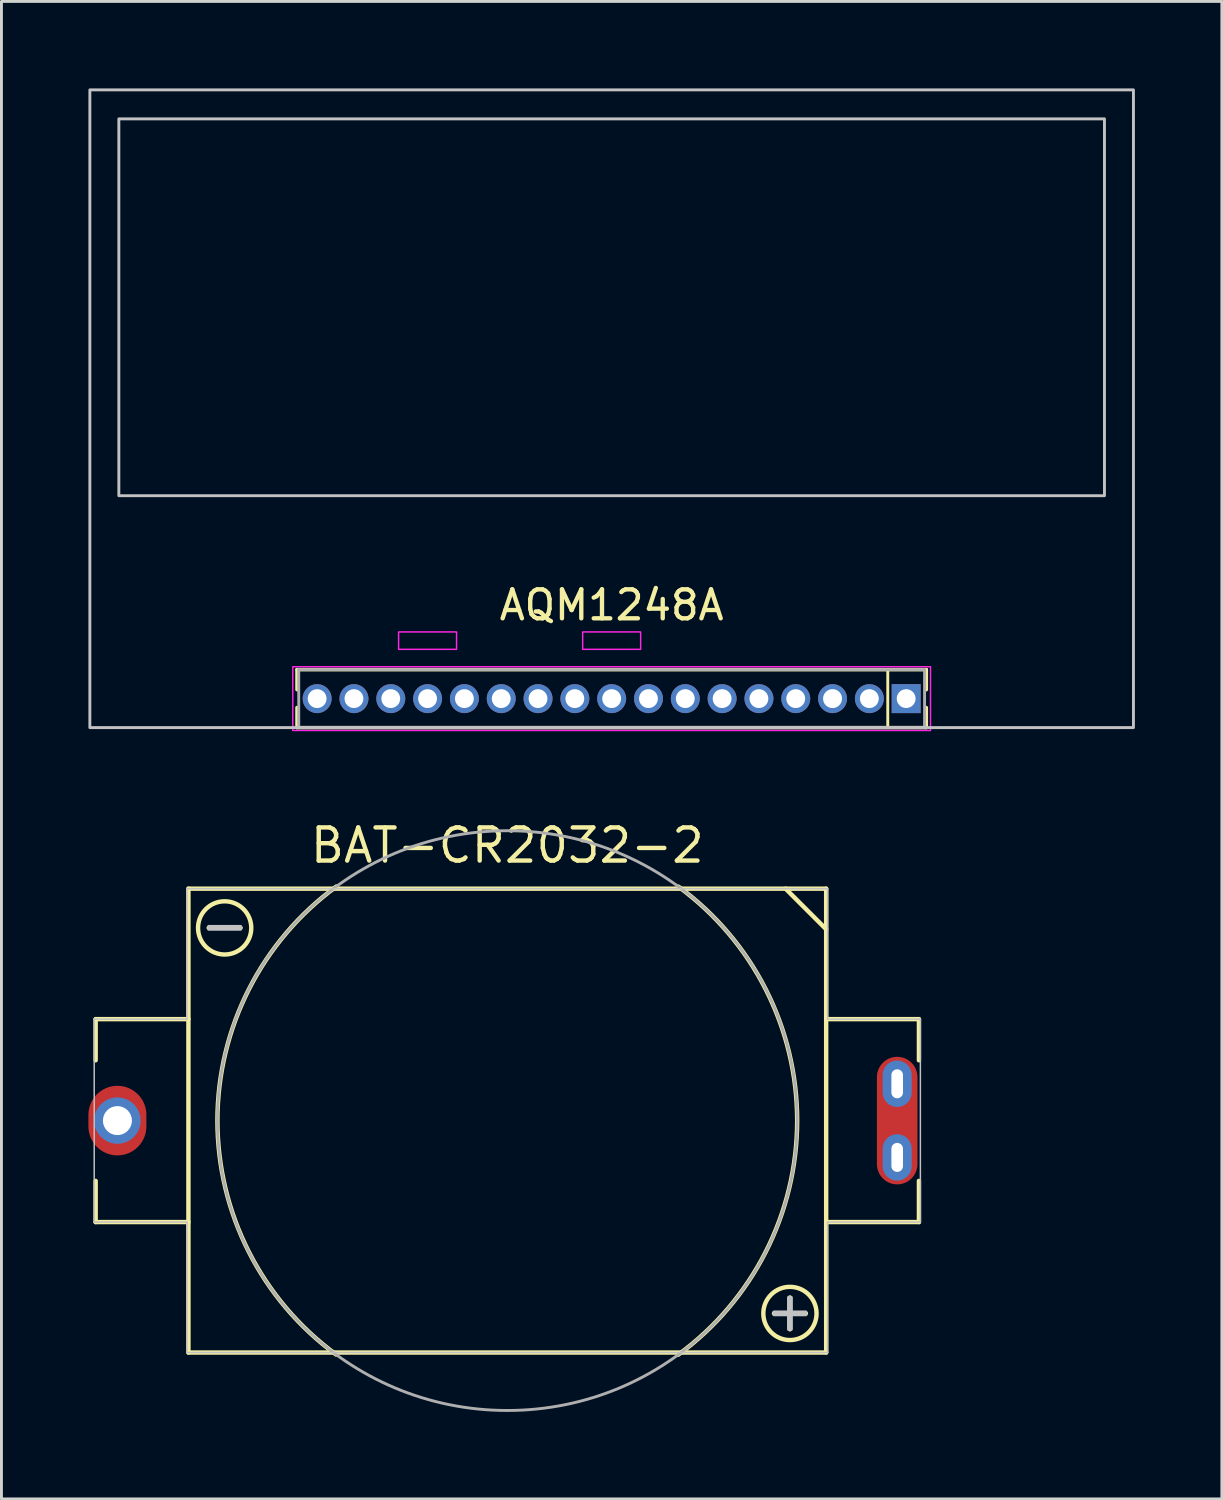
<source format=kicad_pcb>
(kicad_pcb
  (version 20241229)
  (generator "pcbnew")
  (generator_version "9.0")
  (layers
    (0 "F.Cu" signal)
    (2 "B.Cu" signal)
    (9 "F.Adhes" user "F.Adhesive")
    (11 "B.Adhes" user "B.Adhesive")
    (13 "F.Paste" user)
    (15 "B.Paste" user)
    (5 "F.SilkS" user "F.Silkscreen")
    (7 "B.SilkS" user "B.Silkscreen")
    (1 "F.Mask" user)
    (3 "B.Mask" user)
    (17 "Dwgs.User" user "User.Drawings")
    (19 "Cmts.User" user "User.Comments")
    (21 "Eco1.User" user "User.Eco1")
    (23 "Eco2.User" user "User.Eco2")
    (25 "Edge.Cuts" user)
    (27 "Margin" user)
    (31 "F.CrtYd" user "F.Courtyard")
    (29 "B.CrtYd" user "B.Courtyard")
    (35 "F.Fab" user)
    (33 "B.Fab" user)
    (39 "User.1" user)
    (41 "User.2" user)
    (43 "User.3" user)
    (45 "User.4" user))
  (footprint "BAT-CR2032-2"
    (layer "F.Cu")
    (at 14.45 35.607)
    (property "Reference" "BAT-CR2032-2" (at 0 -10.16 0) (layer "F.SilkS") (effects (font (size 1.143 1.143) (thickness 0.152)) (justify top)))
    (attr smd)
    (fp_line (start -14.2 -3.5) (end -14.2 -2.08) (stroke (width 0.152) (type solid)) (layer "F.SilkS"))
    (fp_line (start -14.2 -3.5) (end -11 -3.5) (stroke (width 0.152) (type solid)) (layer "F.SilkS"))
    (fp_line (start -14.2 3.5) (end -14.2 2.08) (stroke (width 0.152) (type solid)) (layer "F.SilkS"))
    (fp_line (start -14.2 3.5) (end -11 3.5) (stroke (width 0.152) (type solid)) (layer "F.SilkS"))
    (fp_line (start -11 -8) (end -11 8) (stroke (width 0.152) (type default)) (layer "F.SilkS"))
    (fp_line (start -11 -8) (end 11 -8) (stroke (width 0.152) (type solid)) (layer "F.SilkS"))
    (fp_line (start -11 8) (end 11 8) (stroke (width 0.152) (type solid)) (layer "F.SilkS"))
    (fp_line (start -9.2 -6.65) (end -10.3 -6.65) (stroke (width 0.152) (type solid)) (layer "F.SilkS"))
    (fp_line (start 9.2 6.65) (end 10.3 6.65) (stroke (width 0.152) (type solid)) (layer "F.SilkS"))
    (fp_line (start 9.6 -8) (end 11 -6.6) (stroke (width 0.152) (type solid)) (layer "F.SilkS"))
    (fp_line (start 9.75 7.2) (end 9.75 6.1) (stroke (width 0.152) (type solid)) (layer "F.SilkS"))
    (fp_line (start 11 -8) (end 11 8) (stroke (width 0.152) (type default)) (layer "F.SilkS"))
    (fp_line (start 14.2 -3.5) (end 11 -3.5) (stroke (width 0.152) (type solid)) (layer "F.SilkS"))
    (fp_line (start 14.2 -3.5) (end 14.2 -2.08) (stroke (width 0.152) (type solid)) (layer "F.SilkS"))
    (fp_line (start 14.2 3.5) (end 11 3.5) (stroke (width 0.152) (type solid)) (layer "F.SilkS"))
    (fp_line (start 14.2 3.5) (end 14.2 2.08) (stroke (width 0.152) (type solid)) (layer "F.SilkS"))
    (fp_arc (start -8.832 -6.645) (mid -10.66801 -6.652597) (end -8.831986 -6.649807) (stroke (width 0.152) (type solid)) (layer "F.SilkS"))
    (fp_arc (start -5.905 8.07) (mid -9.999695 -0.005458) (end -5.896188 -8.076441) (stroke (width 0.152) (type solid)) (layer "F.SilkS"))
    (fp_arc (start 5.905 -8.07) (mid 9.999695 0.005458) (end 5.896188 8.076441) (stroke (width 0.152) (type solid)) (layer "F.SilkS"))
    (fp_arc (start 10.668 6.655) (mid 8.83199 6.647403) (end 10.668014 6.650193) (stroke (width 0.152) (type solid)) (layer "F.SilkS"))
    (fp_line (start -14.25 -3.5) (end -11.05 -3.5) (stroke (width 0.051) (type solid)) (layer "Dwgs.User"))
    (fp_line (start -14.25 3.4) (end -14.25 -3.5) (stroke (width 0.051) (type solid)) (layer "Dwgs.User"))
    (fp_line (start -14.25 3.5) (end -14.25 3.4) (stroke (width 0.051) (type solid)) (layer "Dwgs.User"))
    (fp_line (start -11.05 -8) (end 11.05 -8) (stroke (width 0.051) (type solid)) (layer "Dwgs.User"))
    (fp_line (start -11.05 -3.5) (end -11.05 -8) (stroke (width 0.051) (type solid)) (layer "Dwgs.User"))
    (fp_line (start -11.05 3.5) (end -14.25 3.5) (stroke (width 0.051) (type solid)) (layer "Dwgs.User"))
    (fp_line (start -11.05 8) (end -11.05 3.5) (stroke (width 0.051) (type solid)) (layer "Dwgs.User"))
    (fp_line (start 11.05 -8) (end 11.05 -3.5) (stroke (width 0.051) (type solid)) (layer "Dwgs.User"))
    (fp_line (start 11.05 -3.5) (end 14.25 -3.5) (stroke (width 0.051) (type solid)) (layer "Dwgs.User"))
    (fp_line (start 11.05 3.5) (end 11.05 8) (stroke (width 0.051) (type solid)) (layer "Dwgs.User"))
    (fp_line (start 11.05 8) (end -11.05 8) (stroke (width 0.051) (type solid)) (layer "Dwgs.User"))
    (fp_line (start 14.25 -3.5) (end 14.25 3.5) (stroke (width 0.051) (type solid)) (layer "Dwgs.User"))
    (fp_line (start 14.25 3.5) (end 11.05 3.5) (stroke (width 0.051) (type solid)) (layer "Dwgs.User"))
    (fp_poly (pts (xy -10.3 -6.7) (xy -9.2 -6.7) (xy -9.2 -6.6) (xy -10.3 -6.6) (xy -10.3 -6.7)) (stroke (width 0.1) (type solid)) (fill no) (layer "Dwgs.User"))
    (fp_poly (pts (xy 9.2 6.6) (xy 10.3 6.6) (xy 10.3 6.7) (xy 9.2 6.7) (xy 9.2 6.6)) (stroke (width 0.1) (type solid)) (fill no) (layer "Dwgs.User"))
    (fp_poly (pts (xy 9.7 7.2) (xy 9.7 6.1) (xy 9.8 6.1) (xy 9.8 7.2) (xy 9.7 7.2)) (stroke (width 0.1) (type solid)) (fill no) (layer "Dwgs.User"))
    (fp_circle (center 0 0) (end 10 0) (stroke (width 0.1) (type default)) (fill no) (layer "F.Fab"))
    (pad "" smd oval (at -13.45 0) (size 2 2.4) (layers "F.Cu" "F.Mask" "F.Paste"))
    (pad "" smd oval (at 13.45 0) (size 1.4 4.4) (layers "F.Cu" "F.Mask" "F.Paste"))
    (pad "1" thru_hole oval (at 13.45 -1.27) (size 1 1.6) (drill oval 0.4 1) (layers "*.Cu" "*.Mask"))
    (pad "1" thru_hole oval (at 13.45 1.27) (size 1 1.6) (drill oval 0.4 1) (layers "*.Cu" "*.Mask"))
    (pad "2" thru_hole circle (at -13.45 0) (size 1.6 1.6) (drill 1) (layers "*.Cu" "*.Mask")))
  (footprint "AQM1248A"
    (layer "F.Cu")
    (at 18.05 21.05)
    (property "Reference" "AQM1248A" (at 0 -3.81 0) (layer "F.SilkS") (effects (font (size 1 1) (thickness 0.15)) (justify top)))
    (attr through_hole exclude_from_bom)
    (fp_line (start -10.855 -1) (end -10.855 -0.308) (stroke (width 0.12) (type solid)) (layer "F.SilkS"))
    (fp_line (start -10.855 0.308) (end -10.855 1) (stroke (width 0.12) (type solid)) (layer "F.SilkS"))
    (fp_line (start 9.525 -1) (end 9.525 1) (stroke (width 0.1) (type default)) (layer "F.SilkS"))
    (fp_line (start 10.855 -1) (end -10.855 -1) (stroke (width 0.12) (type solid)) (layer "F.SilkS"))
    (fp_line (start 10.855 -1) (end 10.855 -0.308) (stroke (width 0.12) (type solid)) (layer "F.SilkS"))
    (fp_line (start 10.855 0.308) (end 10.855 1) (stroke (width 0.12) (type solid)) (layer "F.SilkS"))
    (fp_line (start 10.855 1) (end -10.855 1) (stroke (width 0.12) (type solid)) (layer "F.SilkS"))
    (fp_rect (start -18 -21) (end 18 1) (stroke (width 0.1) (type default)) (fill no) (layer "Dwgs.User"))
    (fp_rect (start -17 -20) (end 17 -7) (stroke (width 0.1) (type default)) (fill no) (layer "Dwgs.User"))
    (fp_rect (start -11 -1.1) (end 11 1.1) (stroke (width 0.05) (type default)) (fill no) (layer "F.CrtYd"))
    (fp_rect (start -7.35 -2.3) (end -5.35 -1.7) (stroke (width 0.05) (type default)) (fill no) (layer "F.CrtYd"))
    (fp_rect (start -1 -2.3) (end 1 -1.7) (stroke (width 0.05) (type default)) (fill no) (layer "F.CrtYd"))
    (fp_line (start -10.795 -1) (end 10.795 -1) (stroke (width 0.1) (type solid)) (layer "F.Fab"))
    (fp_line (start -10.795 1) (end -10.795 -1) (stroke (width 0.1) (type solid)) (layer "F.Fab"))
    (fp_line (start 10.795 -1) (end 10.795 1) (stroke (width 0.1) (type solid)) (layer "F.Fab"))
    (fp_line (start 10.795 1) (end -10.795 1) (stroke (width 0.1) (type solid)) (layer "F.Fab"))
    (pad "1" thru_hole rect (at 10.16 0 270) (size 1 1) (drill 0.65) (layers "*.Cu" "*.Mask"))
    (pad "2" thru_hole oval (at 8.89 0 270) (size 1 1) (drill 0.65) (layers "*.Cu" "*.Mask"))
    (pad "3" thru_hole oval (at 7.62 0 270) (size 1 1) (drill 0.654) (layers "*.Cu" "*.Mask"))
    (pad "4" thru_hole oval (at 6.35 0 270) (size 1 1) (drill 0.65) (layers "*.Cu" "*.Mask"))
    (pad "5" thru_hole oval (at 5.08 0 270) (size 1 1) (drill 0.65) (layers "*.Cu" "*.Mask"))
    (pad "6" thru_hole oval (at 3.81 0 270) (size 1 1) (drill 0.65) (layers "*.Cu" "*.Mask"))
    (pad "7" thru_hole oval (at 2.54 0 270) (size 1 1) (drill 0.65) (layers "*.Cu" "*.Mask"))
    (pad "8" thru_hole oval (at 1.27 0 270) (size 1 1) (drill 0.65) (layers "*.Cu" "*.Mask"))
    (pad "9" thru_hole oval (at 0 0 270) (size 1 1) (drill 0.65) (layers "*.Cu" "*.Mask"))
    (pad "10" thru_hole oval (at -1.27 0 270) (size 1 1) (drill 0.65) (layers "*.Cu" "*.Mask"))
    (pad "11" thru_hole oval (at -2.54 0 270) (size 1 1) (drill 0.65) (layers "*.Cu" "*.Mask"))
    (pad "12" thru_hole oval (at -3.81 0 270) (size 1 1) (drill 0.65) (layers "*.Cu" "*.Mask"))
    (pad "13" thru_hole oval (at -5.08 0 270) (size 1 1) (drill 0.65) (layers "*.Cu" "*.Mask"))
    (pad "14" thru_hole oval (at -6.35 0 270) (size 1 1) (drill 0.65) (layers "*.Cu" "*.Mask"))
    (pad "15" thru_hole oval (at -7.62 0 270) (size 1 1) (drill 0.65) (layers "*.Cu" "*.Mask"))
    (pad "16" thru_hole oval (at -8.89 0 270) (size 1 1) (drill 0.65) (layers "*.Cu" "*.Mask"))
    (pad "17" thru_hole oval (at -10.16 0 270) (size 1 1) (drill 0.65) (layers "*.Cu" "*.Mask")))
  (gr_rect
    (start -3 -3)
    (end 39.1 48.657)
    (stroke (width 0.1) (type default))
    (fill no)
    (layer "Edge.Cuts")))
</source>
